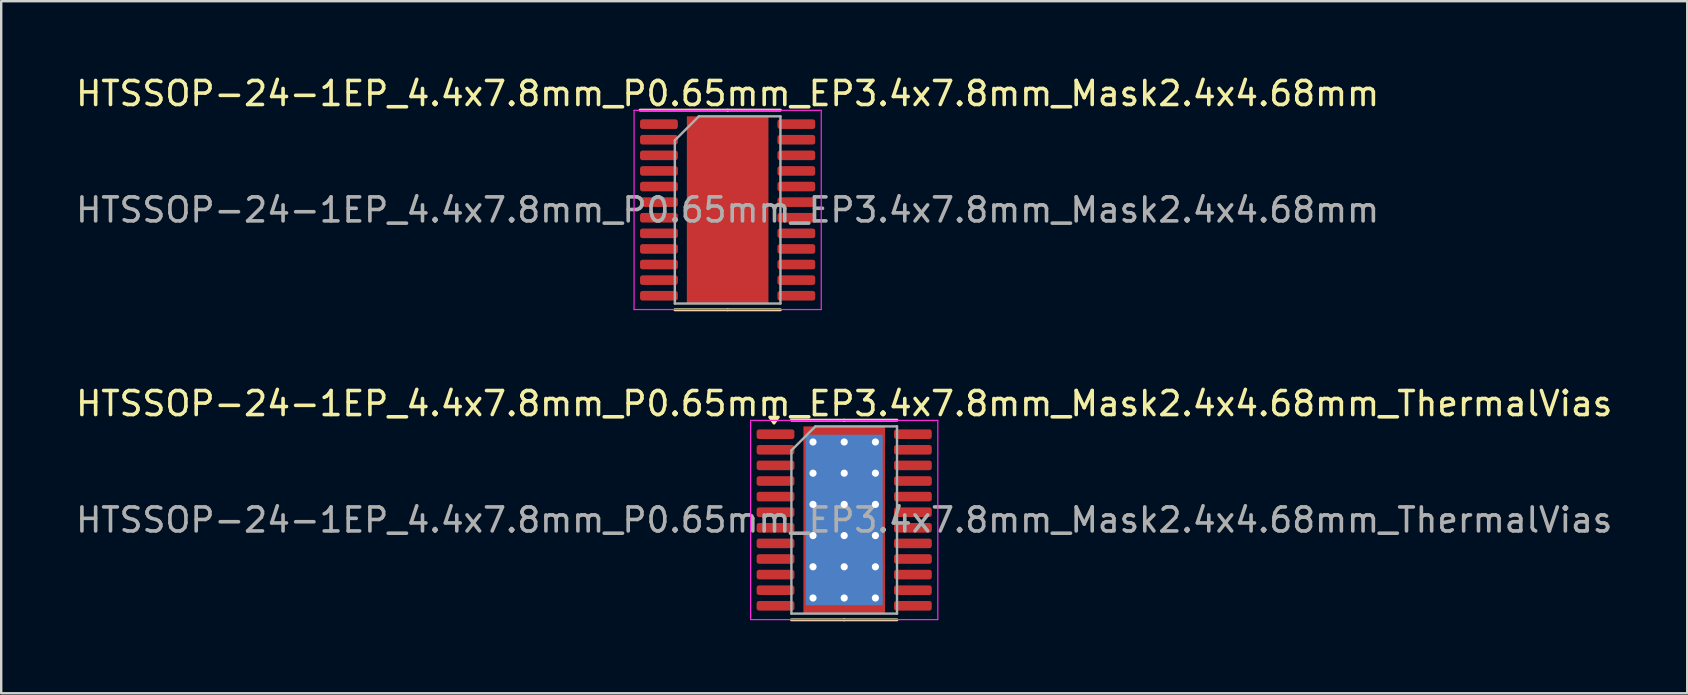
<source format=kicad_pcb>
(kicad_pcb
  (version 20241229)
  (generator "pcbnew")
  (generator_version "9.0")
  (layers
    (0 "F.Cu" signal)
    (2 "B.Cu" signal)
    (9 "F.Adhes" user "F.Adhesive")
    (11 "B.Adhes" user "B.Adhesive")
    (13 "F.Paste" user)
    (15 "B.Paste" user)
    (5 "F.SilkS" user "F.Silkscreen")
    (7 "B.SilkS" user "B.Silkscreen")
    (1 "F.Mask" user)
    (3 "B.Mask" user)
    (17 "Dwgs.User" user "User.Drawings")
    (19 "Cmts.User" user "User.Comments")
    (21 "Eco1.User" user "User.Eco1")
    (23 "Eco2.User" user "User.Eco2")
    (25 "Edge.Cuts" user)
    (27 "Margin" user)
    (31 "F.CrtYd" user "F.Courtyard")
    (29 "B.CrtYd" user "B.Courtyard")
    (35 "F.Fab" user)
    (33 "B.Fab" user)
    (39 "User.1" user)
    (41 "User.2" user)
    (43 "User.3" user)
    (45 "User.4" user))
  (footprint "HTSSOP-24-1EP_4.4x7.8mm_P0.65mm_EP3.4x7.8mm_Mask2.4x4.68mm"
    (layer "F.Cu")
    (at 27.268 5.698)
    (property "Reference" "HTSSOP-24-1EP_4.4x7.8mm_P0.65mm_EP3.4x7.8mm_Mask2.4x4.68mm" (at 0 -4.85 0) (layer "F.SilkS") (effects (font (size 1 1) (thickness 0.15))))
    (attr smd)
    (fp_line (start 0 -4.16) (end -3.65 -4.16) (stroke (width 0.12) (type solid)) (layer "F.SilkS"))
    (fp_line (start 0 -4.16) (end 2.2 -4.16) (stroke (width 0.12) (type solid)) (layer "F.SilkS"))
    (fp_line (start 0 4.16) (end -2.2 4.16) (stroke (width 0.12) (type solid)) (layer "F.SilkS"))
    (fp_line (start 0 4.16) (end 2.2 4.16) (stroke (width 0.12) (type solid)) (layer "F.SilkS"))
    (fp_line (start -3.9 -4.15) (end -3.9 4.15) (stroke (width 0.05) (type solid)) (layer "F.CrtYd"))
    (fp_line (start -3.9 4.15) (end 3.9 4.15) (stroke (width 0.05) (type solid)) (layer "F.CrtYd"))
    (fp_line (start 3.9 -4.15) (end -3.9 -4.15) (stroke (width 0.05) (type solid)) (layer "F.CrtYd"))
    (fp_line (start 3.9 4.15) (end 3.9 -4.15) (stroke (width 0.05) (type solid)) (layer "F.CrtYd"))
    (fp_line (start -2.2 -2.9) (end -1.2 -3.9) (stroke (width 0.1) (type solid)) (layer "F.Fab"))
    (fp_line (start -2.2 3.9) (end -2.2 -2.9) (stroke (width 0.1) (type solid)) (layer "F.Fab"))
    (fp_line (start -1.2 -3.9) (end 2.2 -3.9) (stroke (width 0.1) (type solid)) (layer "F.Fab"))
    (fp_line (start 2.2 -3.9) (end 2.2 3.9) (stroke (width 0.1) (type solid)) (layer "F.Fab"))
    (fp_line (start 2.2 3.9) (end -2.2 3.9) (stroke (width 0.1) (type solid)) (layer "F.Fab"))
    (fp_text user "${REFERENCE}" (at 0 0 0) (layer "F.Fab") (effects (font (size 1 1) (thickness 0.15))))
    (pad "" smd roundrect (at 0 -1.17) (size 1.93 1.89) (layers "F.Paste") (roundrect_rratio 0.132))
    (pad "" smd rect (at 0 0) (size 2.4 4.68) (layers "F.Mask"))
    (pad "" smd roundrect (at 0 1.17) (size 1.93 1.89) (layers "F.Paste") (roundrect_rratio 0.132))
    (pad "1" smd roundrect (at -2.862 -3.575) (size 1.575 0.4) (layers "F.Cu" "F.Mask" "F.Paste") (roundrect_rratio 0.25))
    (pad "2" smd roundrect (at -2.862 -2.925) (size 1.575 0.4) (layers "F.Cu" "F.Mask" "F.Paste") (roundrect_rratio 0.25))
    (pad "3" smd roundrect (at -2.862 -2.275) (size 1.575 0.4) (layers "F.Cu" "F.Mask" "F.Paste") (roundrect_rratio 0.25))
    (pad "4" smd roundrect (at -2.862 -1.625) (size 1.575 0.4) (layers "F.Cu" "F.Mask" "F.Paste") (roundrect_rratio 0.25))
    (pad "5" smd roundrect (at -2.862 -0.975) (size 1.575 0.4) (layers "F.Cu" "F.Mask" "F.Paste") (roundrect_rratio 0.25))
    (pad "6" smd roundrect (at -2.862 -0.325) (size 1.575 0.4) (layers "F.Cu" "F.Mask" "F.Paste") (roundrect_rratio 0.25))
    (pad "7" smd roundrect (at -2.862 0.325) (size 1.575 0.4) (layers "F.Cu" "F.Mask" "F.Paste") (roundrect_rratio 0.25))
    (pad "8" smd roundrect (at -2.862 0.975) (size 1.575 0.4) (layers "F.Cu" "F.Mask" "F.Paste") (roundrect_rratio 0.25))
    (pad "9" smd roundrect (at -2.862 1.625) (size 1.575 0.4) (layers "F.Cu" "F.Mask" "F.Paste") (roundrect_rratio 0.25))
    (pad "10" smd roundrect (at -2.862 2.275) (size 1.575 0.4) (layers "F.Cu" "F.Mask" "F.Paste") (roundrect_rratio 0.25))
    (pad "11" smd roundrect (at -2.862 2.925) (size 1.575 0.4) (layers "F.Cu" "F.Mask" "F.Paste") (roundrect_rratio 0.25))
    (pad "12" smd roundrect (at -2.862 3.575) (size 1.575 0.4) (layers "F.Cu" "F.Mask" "F.Paste") (roundrect_rratio 0.25))
    (pad "13" smd roundrect (at 2.862 3.575) (size 1.575 0.4) (layers "F.Cu" "F.Mask" "F.Paste") (roundrect_rratio 0.25))
    (pad "14" smd roundrect (at 2.862 2.925) (size 1.575 0.4) (layers "F.Cu" "F.Mask" "F.Paste") (roundrect_rratio 0.25))
    (pad "15" smd roundrect (at 2.862 2.275) (size 1.575 0.4) (layers "F.Cu" "F.Mask" "F.Paste") (roundrect_rratio 0.25))
    (pad "16" smd roundrect (at 2.862 1.625) (size 1.575 0.4) (layers "F.Cu" "F.Mask" "F.Paste") (roundrect_rratio 0.25))
    (pad "17" smd roundrect (at 2.862 0.975) (size 1.575 0.4) (layers "F.Cu" "F.Mask" "F.Paste") (roundrect_rratio 0.25))
    (pad "18" smd roundrect (at 2.862 0.325) (size 1.575 0.4) (layers "F.Cu" "F.Mask" "F.Paste") (roundrect_rratio 0.25))
    (pad "19" smd roundrect (at 2.862 -0.325) (size 1.575 0.4) (layers "F.Cu" "F.Mask" "F.Paste") (roundrect_rratio 0.25))
    (pad "20" smd roundrect (at 2.862 -0.975) (size 1.575 0.4) (layers "F.Cu" "F.Mask" "F.Paste") (roundrect_rratio 0.25))
    (pad "21" smd roundrect (at 2.862 -1.625) (size 1.575 0.4) (layers "F.Cu" "F.Mask" "F.Paste") (roundrect_rratio 0.25))
    (pad "22" smd roundrect (at 2.862 -2.275) (size 1.575 0.4) (layers "F.Cu" "F.Mask" "F.Paste") (roundrect_rratio 0.25))
    (pad "23" smd roundrect (at 2.862 -2.925) (size 1.575 0.4) (layers "F.Cu" "F.Mask" "F.Paste") (roundrect_rratio 0.25))
    (pad "24" smd roundrect (at 2.862 -3.575) (size 1.575 0.4) (layers "F.Cu" "F.Mask" "F.Paste") (roundrect_rratio 0.25))
    (pad "25" smd rect (at 0 0) (size 3.4 7.8) (layers "F.Cu")))
  (footprint "HTSSOP-24-1EP_4.4x7.8mm_P0.65mm_EP3.4x7.8mm_Mask2.4x4.68mm_ThermalVias"
    (layer "F.Cu")
    (at 32.125 18.616)
    (property "Reference" "HTSSOP-24-1EP_4.4x7.8mm_P0.65mm_EP3.4x7.8mm_Mask2.4x4.68mm_ThermalVias" (at 0 -4.85 0) (layer "F.SilkS") (effects (font (size 1 1) (thickness 0.15))))
    (attr smd)
    (fp_line (start 0 -4.16) (end -2.2 -4.16) (stroke (width 0.12) (type solid)) (layer "F.SilkS"))
    (fp_line (start 0 -4.16) (end 2.2 -4.16) (stroke (width 0.12) (type solid)) (layer "F.SilkS"))
    (fp_line (start 0 4.16) (end -2.2 4.16) (stroke (width 0.12) (type solid)) (layer "F.SilkS"))
    (fp_line (start 0 4.16) (end 2.2 4.16) (stroke (width 0.12) (type solid)) (layer "F.SilkS"))
    (fp_poly (pts (xy -2.925 -4.035) (xy -3.105 -4.287) (xy -2.745 -4.287) (xy -2.925 -4.035)) (stroke (width 0.12) (type solid)) (fill yes) (layer "F.SilkS"))
    (fp_line (start -3.9 -4.15) (end -3.9 4.15) (stroke (width 0.05) (type solid)) (layer "F.CrtYd"))
    (fp_line (start -3.9 4.15) (end 3.9 4.15) (stroke (width 0.05) (type solid)) (layer "F.CrtYd"))
    (fp_line (start 3.9 -4.15) (end -3.9 -4.15) (stroke (width 0.05) (type solid)) (layer "F.CrtYd"))
    (fp_line (start 3.9 4.15) (end 3.9 -4.15) (stroke (width 0.05) (type solid)) (layer "F.CrtYd"))
    (fp_line (start -2.2 -2.9) (end -1.2 -3.9) (stroke (width 0.1) (type solid)) (layer "F.Fab"))
    (fp_line (start -2.2 3.9) (end -2.2 -2.9) (stroke (width 0.1) (type solid)) (layer "F.Fab"))
    (fp_line (start -1.2 -3.9) (end 2.2 -3.9) (stroke (width 0.1) (type solid)) (layer "F.Fab"))
    (fp_line (start 2.2 -3.9) (end 2.2 3.9) (stroke (width 0.1) (type solid)) (layer "F.Fab"))
    (fp_line (start 2.2 3.9) (end -2.2 3.9) (stroke (width 0.1) (type solid)) (layer "F.Fab"))
    (fp_text user "${REFERENCE}" (at 0 0 0) (layer "F.Fab") (effects (font (size 1 1) (thickness 0.15))))
    (pad "" smd roundrect (at 0 -1.17) (size 1.93 1.89) (layers "F.Paste") (roundrect_rratio 0.132))
    (pad "" smd rect (at 0 0) (size 2.4 4.68) (layers "F.Mask"))
    (pad "" smd roundrect (at 0 1.17) (size 1.93 1.89) (layers "F.Paste") (roundrect_rratio 0.132))
    (pad "1" smd roundrect (at -2.862 -3.575) (size 1.575 0.4) (layers "F.Cu" "F.Mask" "F.Paste") (roundrect_rratio 0.25))
    (pad "2" smd roundrect (at -2.862 -2.925) (size 1.575 0.4) (layers "F.Cu" "F.Mask" "F.Paste") (roundrect_rratio 0.25))
    (pad "3" smd roundrect (at -2.862 -2.275) (size 1.575 0.4) (layers "F.Cu" "F.Mask" "F.Paste") (roundrect_rratio 0.25))
    (pad "4" smd roundrect (at -2.862 -1.625) (size 1.575 0.4) (layers "F.Cu" "F.Mask" "F.Paste") (roundrect_rratio 0.25))
    (pad "5" smd roundrect (at -2.862 -0.975) (size 1.575 0.4) (layers "F.Cu" "F.Mask" "F.Paste") (roundrect_rratio 0.25))
    (pad "6" smd roundrect (at -2.862 -0.325) (size 1.575 0.4) (layers "F.Cu" "F.Mask" "F.Paste") (roundrect_rratio 0.25))
    (pad "7" smd roundrect (at -2.862 0.325) (size 1.575 0.4) (layers "F.Cu" "F.Mask" "F.Paste") (roundrect_rratio 0.25))
    (pad "8" smd roundrect (at -2.862 0.975) (size 1.575 0.4) (layers "F.Cu" "F.Mask" "F.Paste") (roundrect_rratio 0.25))
    (pad "9" smd roundrect (at -2.862 1.625) (size 1.575 0.4) (layers "F.Cu" "F.Mask" "F.Paste") (roundrect_rratio 0.25))
    (pad "10" smd roundrect (at -2.862 2.275) (size 1.575 0.4) (layers "F.Cu" "F.Mask" "F.Paste") (roundrect_rratio 0.25))
    (pad "11" smd roundrect (at -2.862 2.925) (size 1.575 0.4) (layers "F.Cu" "F.Mask" "F.Paste") (roundrect_rratio 0.25))
    (pad "12" smd roundrect (at -2.862 3.575) (size 1.575 0.4) (layers "F.Cu" "F.Mask" "F.Paste") (roundrect_rratio 0.25))
    (pad "13" smd roundrect (at 2.862 3.575) (size 1.575 0.4) (layers "F.Cu" "F.Mask" "F.Paste") (roundrect_rratio 0.25))
    (pad "14" smd roundrect (at 2.862 2.925) (size 1.575 0.4) (layers "F.Cu" "F.Mask" "F.Paste") (roundrect_rratio 0.25))
    (pad "15" smd roundrect (at 2.862 2.275) (size 1.575 0.4) (layers "F.Cu" "F.Mask" "F.Paste") (roundrect_rratio 0.25))
    (pad "16" smd roundrect (at 2.862 1.625) (size 1.575 0.4) (layers "F.Cu" "F.Mask" "F.Paste") (roundrect_rratio 0.25))
    (pad "17" smd roundrect (at 2.862 0.975) (size 1.575 0.4) (layers "F.Cu" "F.Mask" "F.Paste") (roundrect_rratio 0.25))
    (pad "18" smd roundrect (at 2.862 0.325) (size 1.575 0.4) (layers "F.Cu" "F.Mask" "F.Paste") (roundrect_rratio 0.25))
    (pad "19" smd roundrect (at 2.862 -0.325) (size 1.575 0.4) (layers "F.Cu" "F.Mask" "F.Paste") (roundrect_rratio 0.25))
    (pad "20" smd roundrect (at 2.862 -0.975) (size 1.575 0.4) (layers "F.Cu" "F.Mask" "F.Paste") (roundrect_rratio 0.25))
    (pad "21" smd roundrect (at 2.862 -1.625) (size 1.575 0.4) (layers "F.Cu" "F.Mask" "F.Paste") (roundrect_rratio 0.25))
    (pad "22" smd roundrect (at 2.862 -2.275) (size 1.575 0.4) (layers "F.Cu" "F.Mask" "F.Paste") (roundrect_rratio 0.25))
    (pad "23" smd roundrect (at 2.862 -2.925) (size 1.575 0.4) (layers "F.Cu" "F.Mask" "F.Paste") (roundrect_rratio 0.25))
    (pad "24" smd roundrect (at 2.862 -3.575) (size 1.575 0.4) (layers "F.Cu" "F.Mask" "F.Paste") (roundrect_rratio 0.25))
    (pad "25" thru_hole circle (at -1.3 -3.25) (size 0.6 0.6) (drill 0.3) (property pad_prop_heatsink) (layers "*.Cu"))
    (pad "25" thru_hole circle (at -1.3 -1.95) (size 0.6 0.6) (drill 0.3) (property pad_prop_heatsink) (layers "*.Cu"))
    (pad "25" thru_hole circle (at -1.3 -0.65) (size 0.6 0.6) (drill 0.3) (property pad_prop_heatsink) (layers "*.Cu"))
    (pad "25" thru_hole circle (at -1.3 0.65) (size 0.6 0.6) (drill 0.3) (property pad_prop_heatsink) (layers "*.Cu"))
    (pad "25" thru_hole circle (at -1.3 1.95) (size 0.6 0.6) (drill 0.3) (property pad_prop_heatsink) (layers "*.Cu"))
    (pad "25" thru_hole circle (at -1.3 3.25) (size 0.6 0.6) (drill 0.3) (property pad_prop_heatsink) (layers "*.Cu"))
    (pad "25" thru_hole circle (at 0 -3.25) (size 0.6 0.6) (drill 0.3) (property pad_prop_heatsink) (layers "*.Cu"))
    (pad "25" thru_hole circle (at 0 -1.95) (size 0.6 0.6) (drill 0.3) (property pad_prop_heatsink) (layers "*.Cu"))
    (pad "25" thru_hole circle (at 0 -0.65) (size 0.6 0.6) (drill 0.3) (property pad_prop_heatsink) (layers "*.Cu"))
    (pad "25" smd rect (at 0 0) (size 3.2 7.1) (property pad_prop_heatsink) (layers "B.Cu"))
    (pad "25" smd rect (at 0 0) (size 3.4 7.8) (property pad_prop_heatsink) (layers "F.Cu"))
    (pad "25" thru_hole circle (at 0 0.65) (size 0.6 0.6) (drill 0.3) (property pad_prop_heatsink) (layers "*.Cu"))
    (pad "25" thru_hole circle (at 0 1.95) (size 0.6 0.6) (drill 0.3) (property pad_prop_heatsink) (layers "*.Cu"))
    (pad "25" thru_hole circle (at 0 3.25) (size 0.6 0.6) (drill 0.3) (property pad_prop_heatsink) (layers "*.Cu"))
    (pad "25" thru_hole circle (at 1.3 -3.25) (size 0.6 0.6) (drill 0.3) (property pad_prop_heatsink) (layers "*.Cu"))
    (pad "25" thru_hole circle (at 1.3 -1.95) (size 0.6 0.6) (drill 0.3) (property pad_prop_heatsink) (layers "*.Cu"))
    (pad "25" thru_hole circle (at 1.3 -0.65) (size 0.6 0.6) (drill 0.3) (property pad_prop_heatsink) (layers "*.Cu"))
    (pad "25" thru_hole circle (at 1.3 0.65) (size 0.6 0.6) (drill 0.3) (property pad_prop_heatsink) (layers "*.Cu"))
    (pad "25" thru_hole circle (at 1.3 1.95) (size 0.6 0.6) (drill 0.3) (property pad_prop_heatsink) (layers "*.Cu"))
    (pad "25" thru_hole circle (at 1.3 3.25) (size 0.6 0.6) (drill 0.3) (property pad_prop_heatsink) (layers "*.Cu")))
  (gr_rect
    (start -3 -3)
    (end 67.25 25.837)
    (stroke (width 0.1) (type default))
    (fill no)
    (layer "Edge.Cuts")))
</source>
